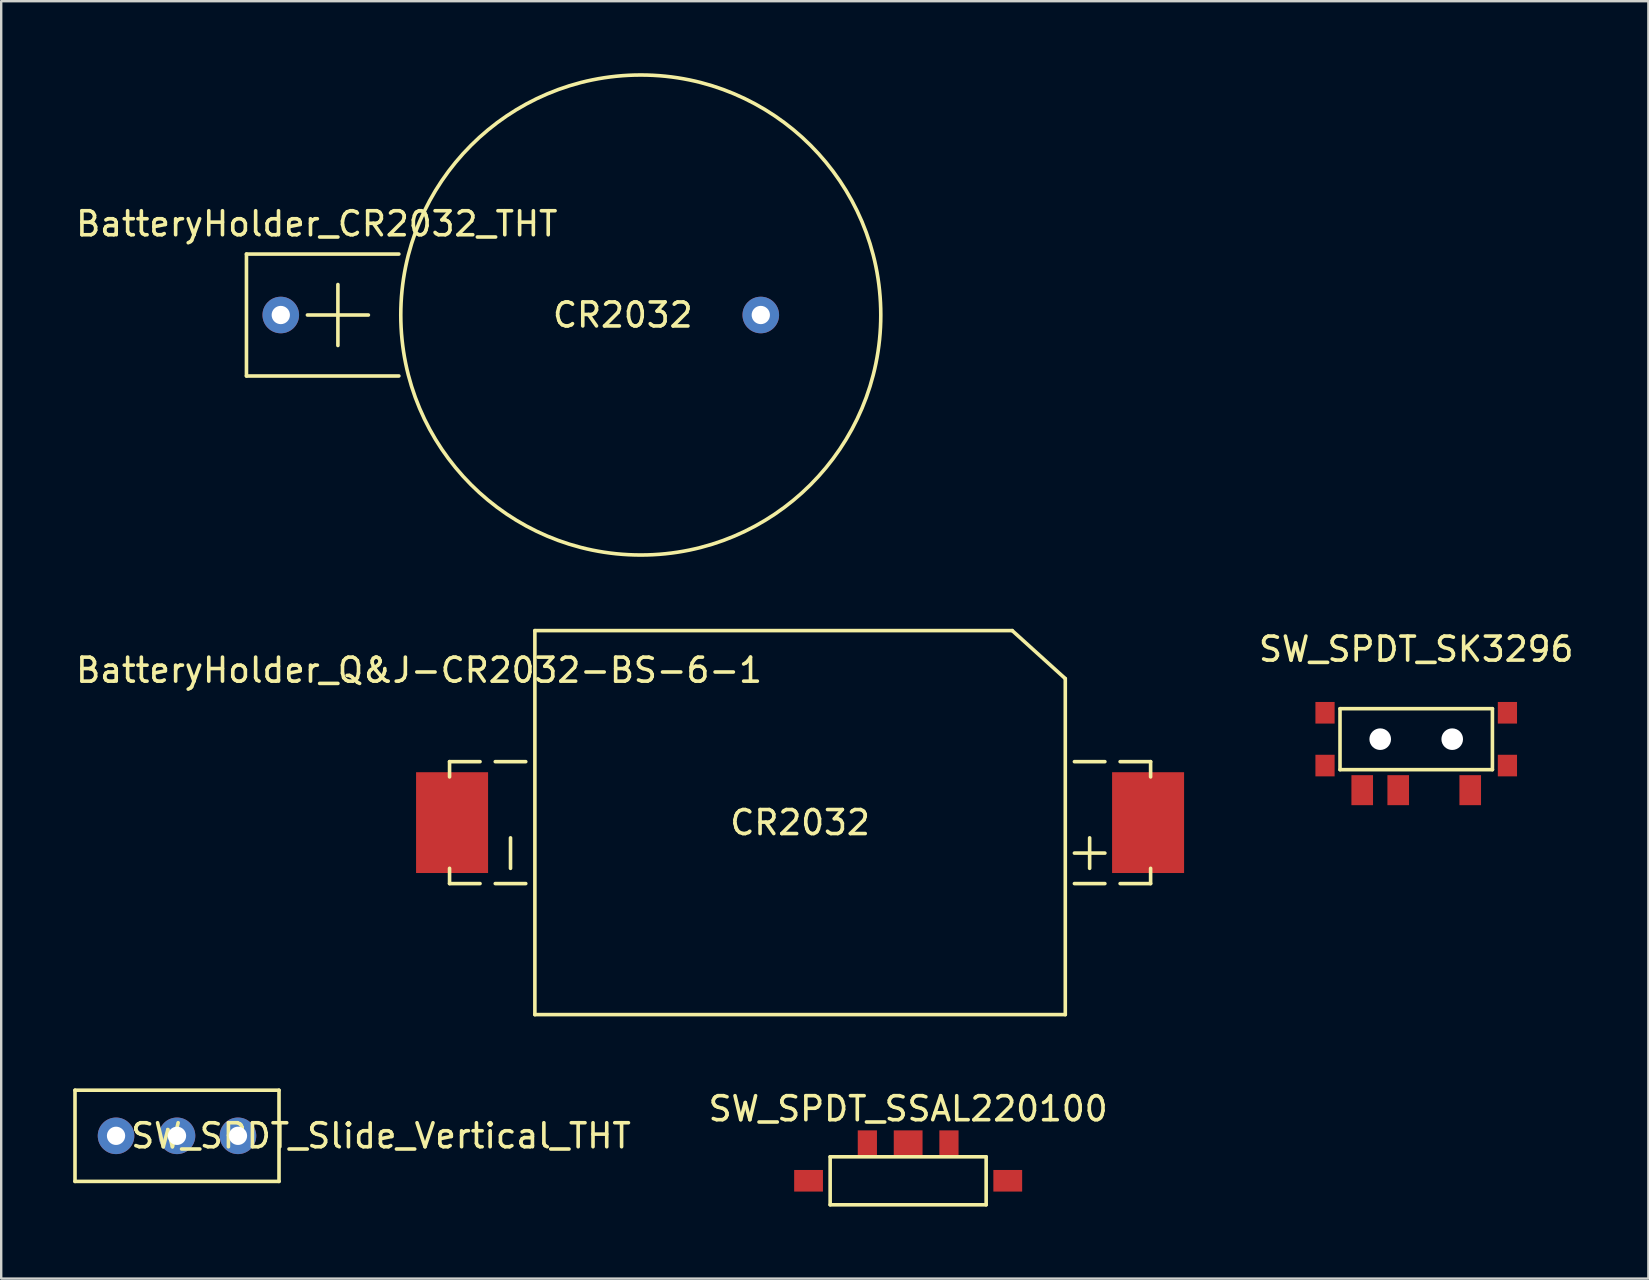
<source format=kicad_pcb>
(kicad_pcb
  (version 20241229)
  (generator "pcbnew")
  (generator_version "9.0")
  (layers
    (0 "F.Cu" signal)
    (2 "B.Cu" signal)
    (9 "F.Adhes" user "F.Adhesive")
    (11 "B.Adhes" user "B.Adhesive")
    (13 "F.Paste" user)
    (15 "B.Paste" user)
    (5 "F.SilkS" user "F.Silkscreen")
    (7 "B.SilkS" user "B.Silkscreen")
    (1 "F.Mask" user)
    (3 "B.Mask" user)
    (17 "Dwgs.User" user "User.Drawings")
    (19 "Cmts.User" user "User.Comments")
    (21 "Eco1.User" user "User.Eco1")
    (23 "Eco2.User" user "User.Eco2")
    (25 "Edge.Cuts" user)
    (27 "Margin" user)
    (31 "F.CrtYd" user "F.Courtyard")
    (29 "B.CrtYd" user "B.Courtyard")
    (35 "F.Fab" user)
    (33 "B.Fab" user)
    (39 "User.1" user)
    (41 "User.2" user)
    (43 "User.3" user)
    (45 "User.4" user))
  (footprint "SW_SPDT_SSAL220100"
    (layer "F.Cu")
    (at 34.789 46.148)
    (property "Reference" "SW_SPDT_SSAL220100" (at 0 -3 0) (layer "F.SilkS") (effects (font (size 1 1) (thickness 0.15))))
    (attr through_hole)
    (fp_line (start -3.25 -1) (end -3.25 1) (stroke (width 0.15) (type solid)) (layer "F.SilkS"))
    (fp_line (start -3.25 1) (end 3.25 1) (stroke (width 0.15) (type solid)) (layer "F.SilkS"))
    (fp_line (start 3.25 -1) (end -3.25 -1) (stroke (width 0.15) (type solid)) (layer "F.SilkS"))
    (fp_line (start 3.25 1) (end 3.25 -1) (stroke (width 0.15) (type solid)) (layer "F.SilkS"))
    (pad "" smd rect (at -4.15 0) (size 1.2 0.9) (layers "F.Cu" "F.Mask" "F.Paste"))
    (pad "" smd rect (at 4.15 0) (size 1.2 0.9) (layers "F.Cu" "F.Mask" "F.Paste"))
    (pad "1" smd rect (at -1.7 -1.55) (size 0.8 1.1) (layers "F.Cu" "F.Mask" "F.Paste"))
    (pad "2" smd rect (at 0 -1.55) (size 1.2 1.1) (layers "F.Cu" "F.Mask" "F.Paste"))
    (pad "3" smd rect (at 1.7 -1.55) (size 0.8 1.1) (layers "F.Cu" "F.Mask" "F.Paste")))
  (footprint "BatteryHolder_Q&J-CR2032-BS-6-1"
    (layer "F.Cu")
    (at 30.286 31.225)
    (property "Reference" "BatteryHolder_Q&J-CR2032-BS-6-1" (at -15.875 -6.35 0) (layer "F.SilkS") (effects (font (size 1 1) (thickness 0.15))))
    (attr through_hole)
    (fp_line (start -14.605 -2.54) (end -14.605 -1.905) (stroke (width 0.15) (type solid)) (layer "F.SilkS"))
    (fp_line (start -14.605 1.905) (end -14.605 2.54) (stroke (width 0.15) (type solid)) (layer "F.SilkS"))
    (fp_line (start -14.605 2.54) (end -13.335 2.54) (stroke (width 0.15) (type solid)) (layer "F.SilkS"))
    (fp_line (start -13.335 -2.54) (end -14.605 -2.54) (stroke (width 0.15) (type solid)) (layer "F.SilkS"))
    (fp_line (start -12.7 2.54) (end -11.43 2.54) (stroke (width 0.15) (type solid)) (layer "F.SilkS"))
    (fp_line (start -12.065 1.905) (end -12.065 0.635) (stroke (width 0.15) (type solid)) (layer "F.SilkS"))
    (fp_line (start -11.43 -2.54) (end -12.7 -2.54) (stroke (width 0.15) (type solid)) (layer "F.SilkS"))
    (fp_line (start -11.05 -8) (end -11.05 8) (stroke (width 0.15) (type solid)) (layer "F.SilkS"))
    (fp_line (start -11.05 -8) (end 8.84 -8) (stroke (width 0.15) (type solid)) (layer "F.SilkS"))
    (fp_line (start -11.05 8) (end 11.05 8) (stroke (width 0.15) (type solid)) (layer "F.SilkS"))
    (fp_line (start 8.84 -8) (end 11.05 -6) (stroke (width 0.15) (type solid)) (layer "F.SilkS"))
    (fp_line (start 11.05 -6) (end 11.05 8) (stroke (width 0.15) (type solid)) (layer "F.SilkS"))
    (fp_line (start 11.43 -2.54) (end 12.7 -2.54) (stroke (width 0.15) (type solid)) (layer "F.SilkS"))
    (fp_line (start 11.43 1.27) (end 12.7 1.27) (stroke (width 0.15) (type solid)) (layer "F.SilkS"))
    (fp_line (start 11.43 2.54) (end 12.7 2.54) (stroke (width 0.15) (type solid)) (layer "F.SilkS"))
    (fp_line (start 12.065 0.635) (end 12.065 1.905) (stroke (width 0.15) (type solid)) (layer "F.SilkS"))
    (fp_line (start 13.335 -2.54) (end 14.605 -2.54) (stroke (width 0.15) (type solid)) (layer "F.SilkS"))
    (fp_line (start 13.335 2.54) (end 14.605 2.54) (stroke (width 0.15) (type solid)) (layer "F.SilkS"))
    (fp_line (start 14.605 -2.54) (end 14.605 -1.905) (stroke (width 0.15) (type solid)) (layer "F.SilkS"))
    (fp_line (start 14.605 2.54) (end 14.605 1.905) (stroke (width 0.15) (type solid)) (layer "F.SilkS"))
    (fp_text user "CR2032" (at 0 0 0) (layer "F.SilkS") (effects (font (size 1 1) (thickness 0.15))))
    (pad "1" smd rect (at 14.5 0) (size 3 4.2) (layers "F.Cu" "F.Mask" "F.Paste"))
    (pad "2" smd rect (at -14.5 0) (size 3 4.2) (layers "F.Cu" "F.Mask" "F.Paste")))
  (footprint "SW_SPDT_SK3296"
    (layer "F.Cu")
    (at 55.958 27.748)
    (property "Reference" "SW_SPDT_SK3296" (at 0 -3.75 0) (layer "F.SilkS") (effects (font (size 1 1) (thickness 0.15))))
    (attr through_hole)
    (fp_line (start -3.175 -1.27) (end -3.175 1.27) (stroke (width 0.15) (type solid)) (layer "F.SilkS"))
    (fp_line (start -3.175 1.27) (end 3.175 1.27) (stroke (width 0.15) (type solid)) (layer "F.SilkS"))
    (fp_line (start 3.175 -1.27) (end -3.175 -1.27) (stroke (width 0.15) (type solid)) (layer "F.SilkS"))
    (fp_line (start 3.175 1.27) (end 3.175 -1.27) (stroke (width 0.15) (type solid)) (layer "F.SilkS"))
    (pad "" np_thru_hole circle (at -1.5 0) (size 0.9 0.9) (drill 0.9) (layers "*.Cu" "*.Mask"))
    (pad "" np_thru_hole circle (at 1.5 0) (size 0.9 0.9) (drill 0.9) (layers "*.Cu" "*.Mask"))
    (pad "1" smd rect (at 2.25 2.125) (size 0.9 1.25) (layers "F.Cu" "F.Mask" "F.Paste"))
    (pad "2" smd rect (at -0.75 2.125) (size 0.9 1.25) (layers "F.Cu" "F.Mask" "F.Paste"))
    (pad "3" smd rect (at -2.25 2.125) (size 0.9 1.25) (layers "F.Cu" "F.Mask" "F.Paste"))
    (pad "~" smd rect (at -3.8 -1.1) (size 0.8 0.9) (layers "F.Cu" "F.Mask" "F.Paste"))
    (pad "~" smd rect (at -3.8 1.1) (size 0.8 0.9) (layers "F.Cu" "F.Mask" "F.Paste"))
    (pad "~" smd rect (at 3.8 -1.1) (size 0.8 0.9) (layers "F.Cu" "F.Mask" "F.Paste"))
    (pad "~" smd rect (at 3.8 1.1) (size 0.8 0.9) (layers "F.Cu" "F.Mask" "F.Paste")))
  (footprint "BatteryHolder_CR2032_THT"
    (layer "F.Cu")
    (at 18.649 10.075)
    (property "Reference" "BatteryHolder_CR2032_THT" (at -8.5 -3.8 0) (layer "F.SilkS") (effects (font (size 1 1) (thickness 0.15))))
    (attr through_hole)
    (fp_line (start -11.43 -2.54) (end -11.43 2.54) (stroke (width 0.15) (type solid)) (layer "F.SilkS"))
    (fp_line (start -11.43 2.54) (end -5.08 2.54) (stroke (width 0.15) (type solid)) (layer "F.SilkS"))
    (fp_line (start -8.89 0) (end -6.35 0) (stroke (width 0.15) (type solid)) (layer "F.SilkS"))
    (fp_line (start -7.62 -1.27) (end -7.62 1.27) (stroke (width 0.15) (type solid)) (layer "F.SilkS"))
    (fp_line (start -5.08 -2.54) (end -11.43 -2.54) (stroke (width 0.15) (type solid)) (layer "F.SilkS"))
    (fp_circle (center 5 0) (end 15 0) (stroke (width 0.15) (type solid)) (fill no) (layer "F.SilkS"))
    (fp_text user "CR2032" (at 4.25 0 0) (layer "F.SilkS") (effects (font (size 1 1) (thickness 0.15))))
    (pad "1" thru_hole circle (at -10 0) (size 1.524 1.524) (drill 0.762) (layers "*.Cu" "*.Mask"))
    (pad "2" thru_hole circle (at 10 0) (size 1.524 1.524) (drill 0.762) (layers "*.Cu" "*.Mask")))
  (footprint "SW_SPDT_Slide_Vertical_THT"
    (layer "F.Cu")
    (at 4.325 44.275)
    (property "Reference" "SW_SPDT_Slide_Vertical_THT" (at 8.5 0 0) (layer "F.SilkS") (effects (font (size 1 1) (thickness 0.15))))
    (attr through_hole)
    (fp_line (start -4.25 -1.9) (end -4.25 1.9) (stroke (width 0.15) (type solid)) (layer "F.SilkS"))
    (fp_line (start -4.25 1.9) (end 4.25 1.9) (stroke (width 0.15) (type solid)) (layer "F.SilkS"))
    (fp_line (start 4.25 -1.9) (end -4.25 -1.9) (stroke (width 0.15) (type solid)) (layer "F.SilkS"))
    (fp_line (start 4.25 1.9) (end 4.25 -1.9) (stroke (width 0.15) (type solid)) (layer "F.SilkS"))
    (pad "1" thru_hole circle (at -2.54 0) (size 1.524 1.524) (drill 0.762) (layers "*.Cu" "*.Mask"))
    (pad "2" thru_hole circle (at 0 0) (size 1.524 1.524) (drill 0.762) (layers "*.Cu" "*.Mask"))
    (pad "3" thru_hole circle (at 2.54 0) (size 1.524 1.524) (drill 0.762) (layers "*.Cu" "*.Mask")))
  (gr_rect
    (start -3 -3)
    (end 65.631 50.223)
    (stroke (width 0.1) (type default))
    (fill no)
    (layer "Edge.Cuts")))
</source>
